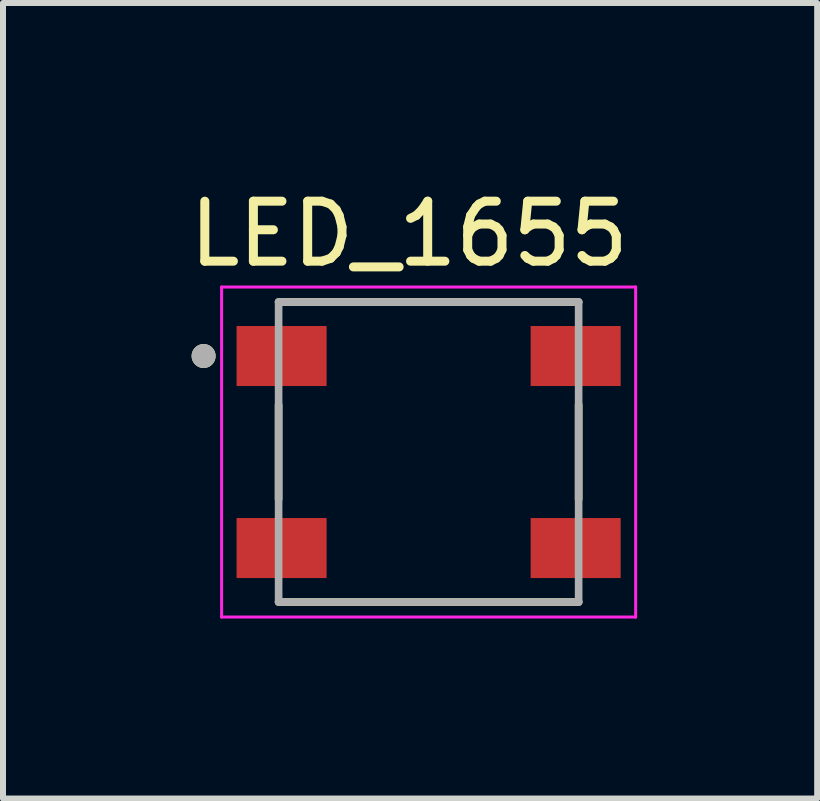
<source format=kicad_pcb>
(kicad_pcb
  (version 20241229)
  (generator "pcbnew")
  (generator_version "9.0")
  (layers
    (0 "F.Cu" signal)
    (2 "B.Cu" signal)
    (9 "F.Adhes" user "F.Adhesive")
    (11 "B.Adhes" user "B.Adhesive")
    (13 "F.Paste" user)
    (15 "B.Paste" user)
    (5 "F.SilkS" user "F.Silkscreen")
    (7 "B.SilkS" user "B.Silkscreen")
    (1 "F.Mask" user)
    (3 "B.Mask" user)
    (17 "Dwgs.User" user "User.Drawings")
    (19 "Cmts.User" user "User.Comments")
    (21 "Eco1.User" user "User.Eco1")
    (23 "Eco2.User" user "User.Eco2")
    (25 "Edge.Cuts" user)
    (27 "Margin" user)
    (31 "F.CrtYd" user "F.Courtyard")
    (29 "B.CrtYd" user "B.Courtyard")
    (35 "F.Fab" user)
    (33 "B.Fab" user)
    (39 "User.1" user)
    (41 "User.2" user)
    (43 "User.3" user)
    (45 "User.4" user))
  (footprint "LED_1655"
    (layer "F.Cu")
    (at 4.093 4.483)
    (property "Reference" "LED_1655" (at -0.325 -3.635 0) (layer "F.SilkS") (effects (font (size 1 1) (thickness 0.15))))
    (attr smd)
    (fp_line (start -2.5 0.786) (end -2.5 -0.786) (stroke (width 0.127) (type solid)) (layer "F.SilkS"))
    (fp_line (start -2.5 2.5) (end 2.5 2.5) (stroke (width 0.127) (type solid)) (layer "F.SilkS"))
    (fp_line (start 2.5 -2.5) (end -2.5 -2.5) (stroke (width 0.127) (type solid)) (layer "F.SilkS"))
    (fp_line (start 2.5 0.786) (end 2.5 -0.786) (stroke (width 0.127) (type solid)) (layer "F.SilkS"))
    (fp_circle (center -3.75 -1.6) (end -3.65 -1.6) (stroke (width 0.2) (type solid)) (fill no) (layer "F.SilkS"))
    (fp_line (start -3.45 -2.75) (end 3.45 -2.75) (stroke (width 0.05) (type solid)) (layer "F.CrtYd"))
    (fp_line (start -3.45 2.75) (end -3.45 -2.75) (stroke (width 0.05) (type solid)) (layer "F.CrtYd"))
    (fp_line (start 3.45 -2.75) (end 3.45 2.75) (stroke (width 0.05) (type solid)) (layer "F.CrtYd"))
    (fp_line (start 3.45 2.75) (end -3.45 2.75) (stroke (width 0.05) (type solid)) (layer "F.CrtYd"))
    (fp_line (start -2.5 -2.5) (end -2.5 2.5) (stroke (width 0.127) (type solid)) (layer "F.Fab"))
    (fp_line (start -2.5 2.5) (end 2.5 2.5) (stroke (width 0.127) (type solid)) (layer "F.Fab"))
    (fp_line (start 2.5 -2.5) (end -2.5 -2.5) (stroke (width 0.127) (type solid)) (layer "F.Fab"))
    (fp_line (start 2.5 2.5) (end 2.5 -2.5) (stroke (width 0.127) (type solid)) (layer "F.Fab"))
    (fp_circle (center -3.75 -1.6) (end -3.65 -1.6) (stroke (width 0.2) (type solid)) (fill no) (layer "F.Fab"))
    (pad "1" smd rect (at -2.45 -1.6 90) (size 1 1.5) (layers "F.Cu" "F.Mask" "F.Paste"))
    (pad "2" smd rect (at -2.45 1.6 90) (size 1 1.5) (layers "F.Cu" "F.Mask" "F.Paste"))
    (pad "3" smd rect (at 2.45 1.6 90) (size 1 1.5) (layers "F.Cu" "F.Mask" "F.Paste"))
    (pad "4" smd rect (at 2.45 -1.6 90) (size 1 1.5) (layers "F.Cu" "F.Mask" "F.Paste")))
  (gr_rect
    (start -3 -3)
    (end 10.568 10.258)
    (stroke (width 0.1) (type default))
    (fill no)
    (layer "Edge.Cuts")))
</source>
